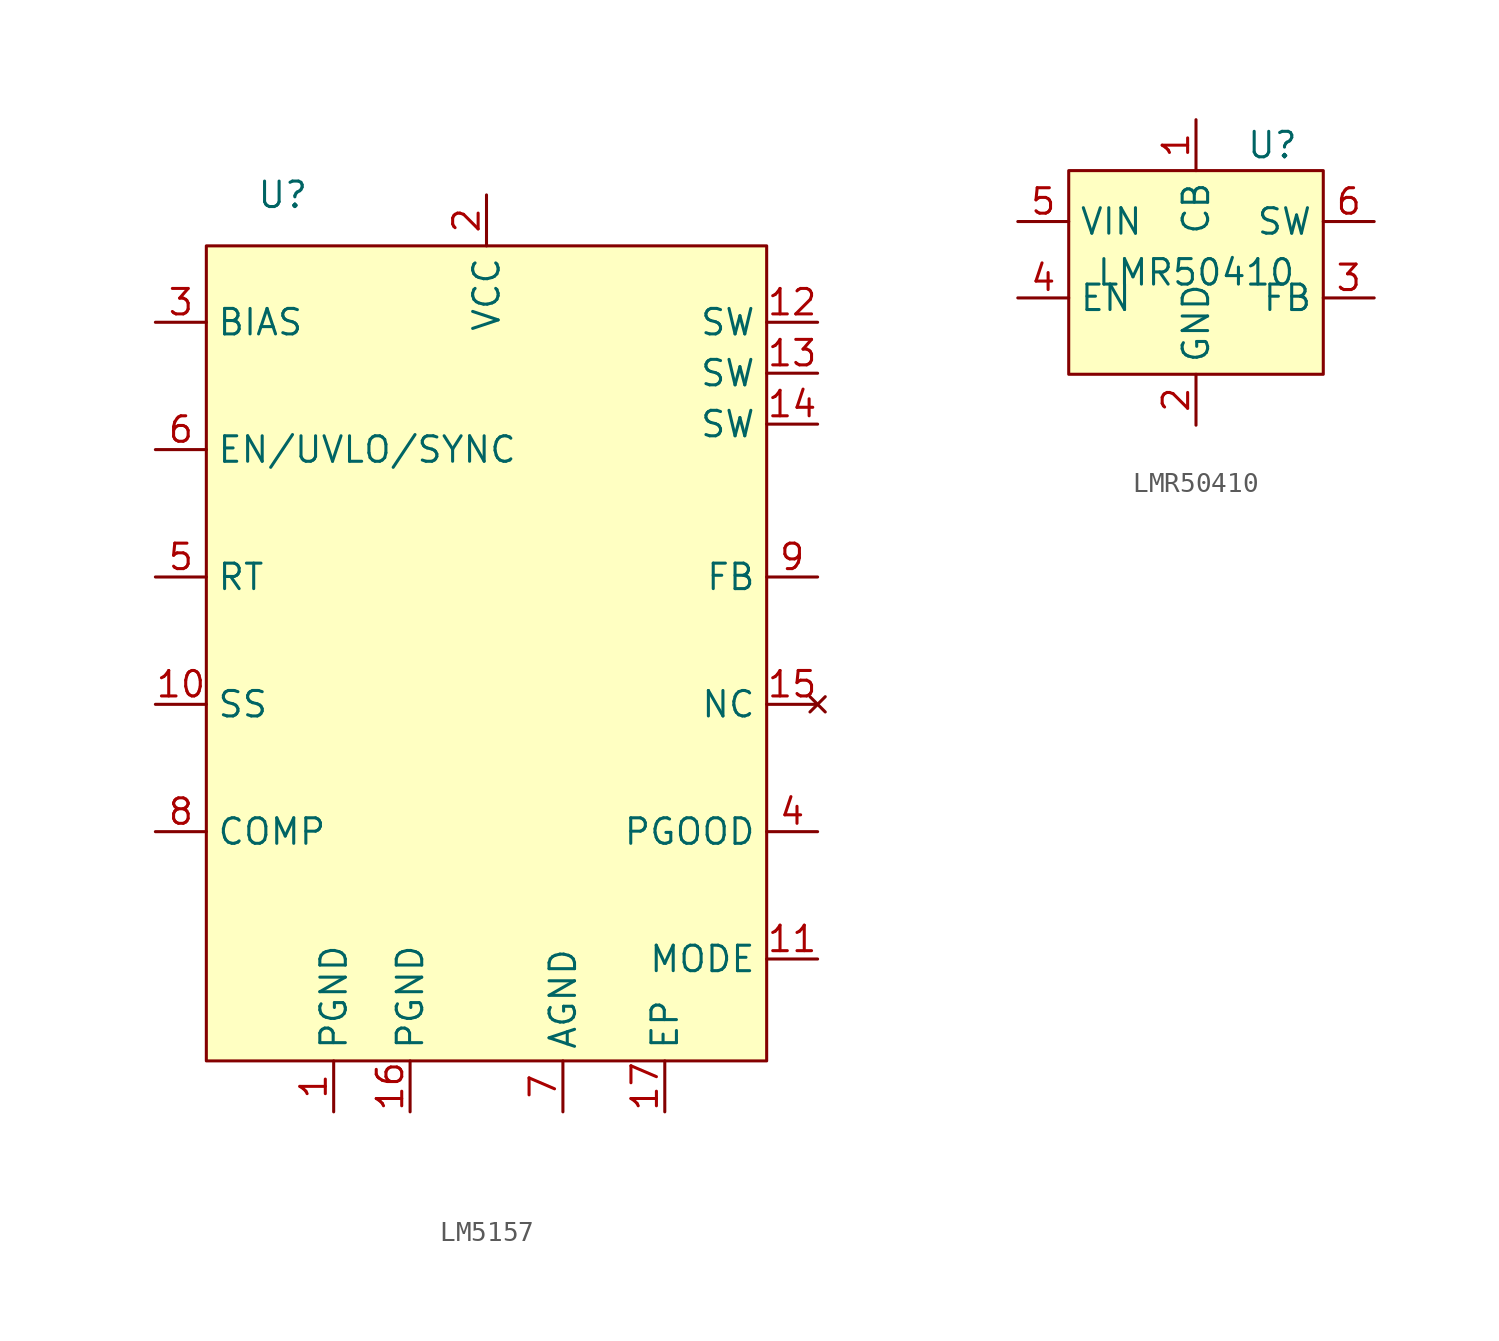
<source format=kicad_sym>
(kicad_symbol_lib
  (version 20220914)
  (generator kicad_symbol_editor)
  (symbol "LM5157"
    (property "Reference" "U"
      (at -10.16 21.59 0)
      (effects (font (size 1.27 1.27))))
    (property "Value" ""
      (at 0 0 0)
      (effects (font (size 1.27 1.27))))
    (symbol "LM5157_1_1"
      (rectangle (start -13.97 19.05) (end 13.97 -21.59) (stroke (width 0) (type default)) (fill (type background)))
      (pin power_in line (at -7.62 -24.13 90) (length 2.54) (name "PGND" (effects (font (size 1.27 1.27)))) (number "1" (effects (font (size 1.27 1.27)))))
      (pin input line (at -16.51 -3.81 0) (length 2.54) (name "SS" (effects (font (size 1.27 1.27)))) (number "10" (effects (font (size 1.27 1.27)))))
      (pin input line (at 16.51 -16.51 180) (length 2.54) (name "MODE" (effects (font (size 1.27 1.27)))) (number "11" (effects (font (size 1.27 1.27)))))
      (pin power_out line (at 16.51 15.24 180) (length 2.54) (name "SW" (effects (font (size 1.27 1.27)))) (number "12" (effects (font (size 1.27 1.27)))))
      (pin power_out line (at 16.51 12.7 180) (length 2.54) (name "SW" (effects (font (size 1.27 1.27)))) (number "13" (effects (font (size 1.27 1.27)))))
      (pin power_out line (at 16.51 10.16 180) (length 2.54) (name "SW" (effects (font (size 1.27 1.27)))) (number "14" (effects (font (size 1.27 1.27)))))
      (pin no_connect line (at 16.51 -3.81 180) (length 2.54) (name "NC" (effects (font (size 1.27 1.27)))) (number "15" (effects (font (size 1.27 1.27)))))
      (pin power_in line (at -3.81 -24.13 90) (length 2.54) (name "PGND" (effects (font (size 1.27 1.27)))) (number "16" (effects (font (size 1.27 1.27)))))
      (pin power_in line (at 8.89 -24.13 90) (length 2.54) (name "EP" (effects (font (size 1.27 1.27)))) (number "17" (effects (font (size 1.27 1.27)))))
      (pin power_in line (at 0 21.59 270) (length 2.54) (name "VCC" (effects (font (size 1.27 1.27)))) (number "2" (effects (font (size 1.27 1.27)))))
      (pin power_in line (at -16.51 15.24 0) (length 2.54) (name "BIAS" (effects (font (size 1.27 1.27)))) (number "3" (effects (font (size 1.27 1.27)))))
      (pin output line (at 16.51 -10.16 180) (length 2.54) (name "PGOOD" (effects (font (size 1.27 1.27)))) (number "4" (effects (font (size 1.27 1.27)))))
      (pin input line (at -16.51 2.54 0) (length 2.54) (name "RT" (effects (font (size 1.27 1.27)))) (number "5" (effects (font (size 1.27 1.27)))))
      (pin input line (at -16.51 8.89 0) (length 2.54) (name "EN/UVLO/SYNC" (effects (font (size 1.27 1.27)))) (number "6" (effects (font (size 1.27 1.27)))))
      (pin power_in line (at 3.81 -24.13 90) (length 2.54) (name "AGND" (effects (font (size 1.27 1.27)))) (number "7" (effects (font (size 1.27 1.27)))))
      (pin output line (at -16.51 -10.16 0) (length 2.54) (name "COMP" (effects (font (size 1.27 1.27)))) (number "8" (effects (font (size 1.27 1.27)))))
      (pin input line (at 16.51 2.54 180) (length 2.54) (name "FB" (effects (font (size 1.27 1.27)))) (number "9" (effects (font (size 1.27 1.27)))))))
  (symbol "LMR50410"
    (property "Reference" "U"
      (at 3.81 6.35 0)
      (effects (font (size 1.27 1.27))))
    (property "Value" "LMR50410"
      (at 0 0 0)
      (effects (font (size 1.27 1.27))))
    (symbol "LMR50410_1_1"
      (rectangle (start -6.35 5.08) (end 6.35 -5.08) (stroke (width 0) (type default)) (fill (type background)))
      (pin input line (at 0 7.62 270) (length 2.54) (name "CB" (effects (font (size 1.27 1.27)))) (number "1" (effects (font (size 1.27 1.27)))))
      (pin power_in line (at 0 -7.62 90) (length 2.54) (name "GND" (effects (font (size 1.27 1.27)))) (number "2" (effects (font (size 1.27 1.27)))))
      (pin input line (at 8.89 -1.27 180) (length 2.54) (name "FB" (effects (font (size 1.27 1.27)))) (number "3" (effects (font (size 1.27 1.27)))))
      (pin input line (at -8.89 -1.27 0) (length 2.54) (name "EN" (effects (font (size 1.27 1.27)))) (number "4" (effects (font (size 1.27 1.27)))))
      (pin input line (at -8.89 2.54 0) (length 2.54) (name "VIN" (effects (font (size 1.27 1.27)))) (number "5" (effects (font (size 1.27 1.27)))))
      (pin output line (at 8.89 2.54 180) (length 2.54) (name "SW" (effects (font (size 1.27 1.27)))) (number "6" (effects (font (size 1.27 1.27))))))))
</source>
